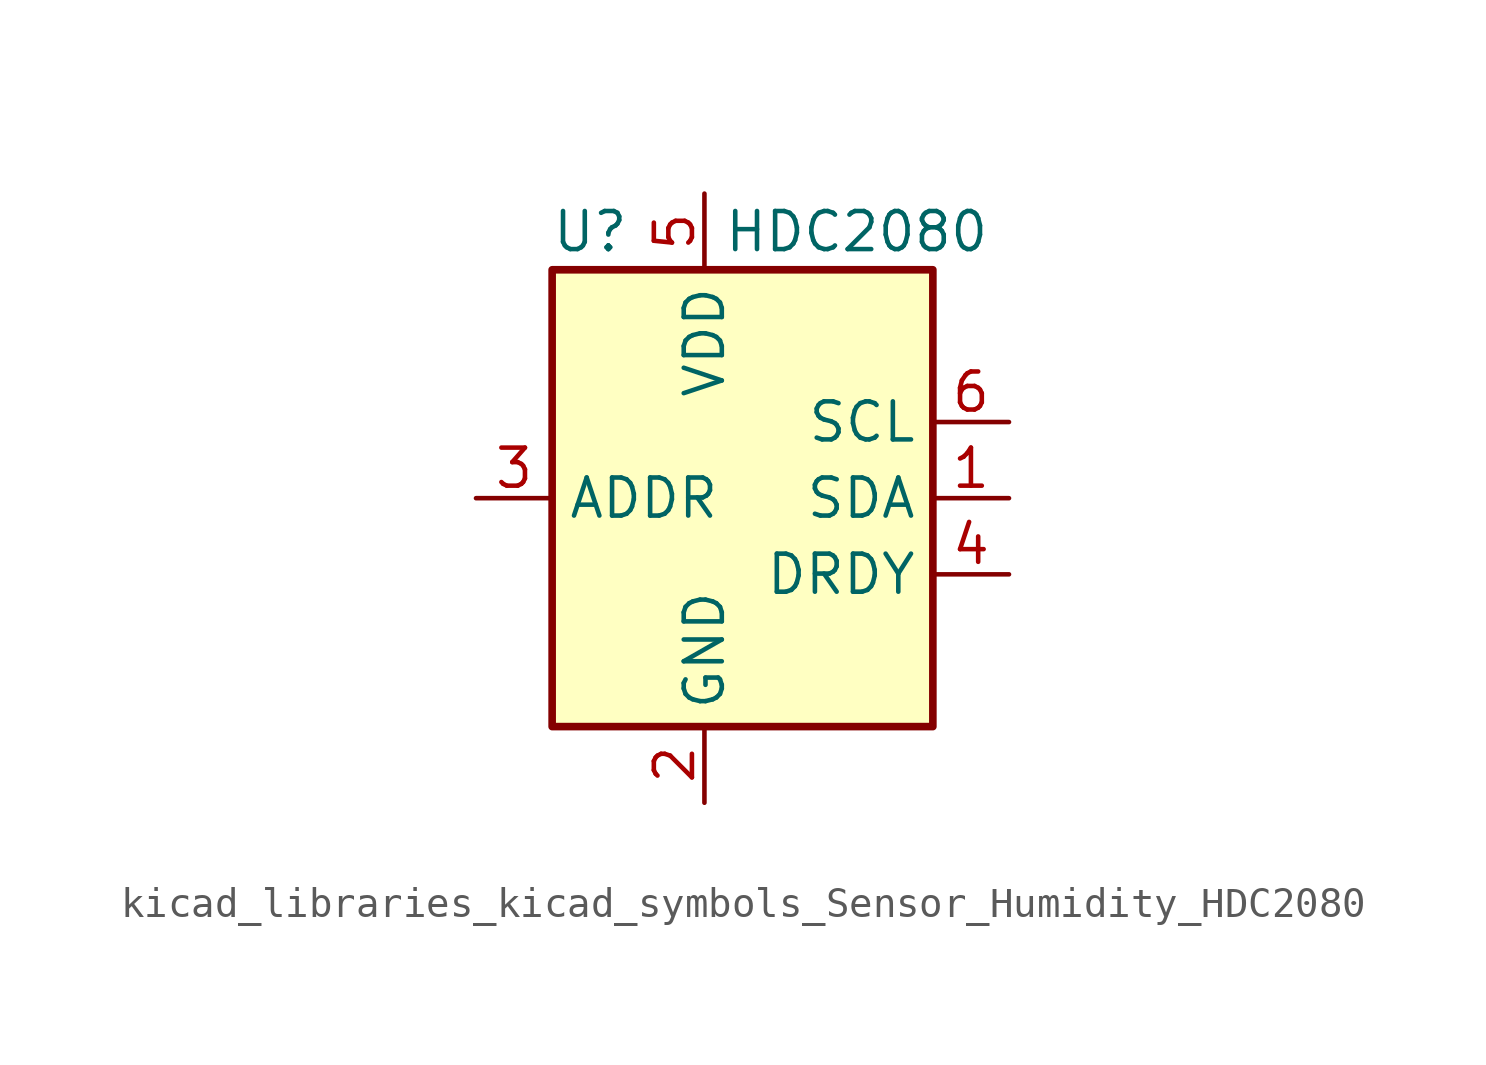
<source format=kicad_sym>
(kicad_symbol_lib
  (version 20220914)
  (generator kicad_symbol_editor)
  (symbol "kicad_libraries_kicad_symbols_Sensor_Humidity_HDC2080"
    (property "Reference" "U"
      (at -6.35 8.89 0)
      (effects (font (size 1.27 1.27))))
    (property "Value" "HDC2080"
      (at 2.54 8.89 0)
      (effects (font (size 1.27 1.27))))
    (symbol "kicad_libraries_kicad_symbols_Sensor_Humidity_HDC2080_0_1"
      (rectangle (start -7.62 7.62) (end 5.08 -7.62) (stroke (width 0.254) (type default)) (fill (type background))))
    (symbol "kicad_libraries_kicad_symbols_Sensor_Humidity_HDC2080_1_1"
      (pin bidirectional line (at 7.62 0 180) (length 2.54) (name "SDA" (effects (font (size 1.27 1.27)))) (number "1" (effects (font (size 1.27 1.27)))))
      (pin power_in line (at -2.54 -10.16 90) (length 2.54) (name "GND" (effects (font (size 1.27 1.27)))) (number "2" (effects (font (size 1.27 1.27)))))
      (pin input line (at -10.16 0 0) (length 2.54) (name "ADDR" (effects (font (size 1.27 1.27)))) (number "3" (effects (font (size 1.27 1.27)))))
      (pin output line (at 7.62 -2.54 180) (length 2.54) (name "DRDY" (effects (font (size 1.27 1.27)))) (number "4" (effects (font (size 1.27 1.27)))))
      (pin power_in line (at -2.54 10.16 270) (length 2.54) (name "VDD" (effects (font (size 1.27 1.27)))) (number "5" (effects (font (size 1.27 1.27)))))
      (pin input line (at 7.62 2.54 180) (length 2.54) (name "SCL" (effects (font (size 1.27 1.27)))) (number "6" (effects (font (size 1.27 1.27)))))
      (pin no_connect line (at -7.62 -2.54 0) (length 2.54) hide (name "EP" (effects (font (size 1.27 1.27)))) (number "7" (effects (font (size 1.27 1.27))))))))
</source>
